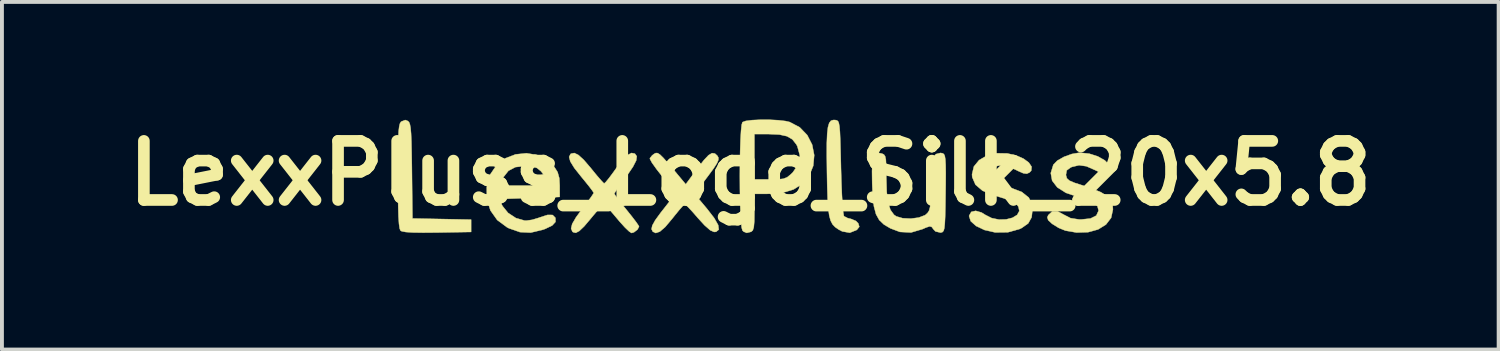
<source format=kicad_pcb>
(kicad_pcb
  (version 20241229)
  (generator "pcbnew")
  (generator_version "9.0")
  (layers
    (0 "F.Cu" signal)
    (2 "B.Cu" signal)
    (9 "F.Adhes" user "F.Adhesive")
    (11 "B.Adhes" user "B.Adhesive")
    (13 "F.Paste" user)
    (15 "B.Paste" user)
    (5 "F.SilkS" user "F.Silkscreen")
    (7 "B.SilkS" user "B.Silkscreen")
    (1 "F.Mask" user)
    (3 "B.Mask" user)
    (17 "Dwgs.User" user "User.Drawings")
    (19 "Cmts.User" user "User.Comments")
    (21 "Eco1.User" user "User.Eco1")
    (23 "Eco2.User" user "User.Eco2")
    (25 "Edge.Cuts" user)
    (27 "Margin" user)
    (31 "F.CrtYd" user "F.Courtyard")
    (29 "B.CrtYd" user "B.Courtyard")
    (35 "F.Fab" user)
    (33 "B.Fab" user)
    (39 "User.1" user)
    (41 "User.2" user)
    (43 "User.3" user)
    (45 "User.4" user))
  (footprint "LexxPluss_Logo_Silk_20x5.8"
    (layer "F.Cu")
    (at 16.3 1.418)
    (property "Reference" "LexxPluss_Logo_Silk_20x5.8" (at 0 0 0) (layer "F.SilkS") (effects (font (size 1.524 1.524) (thickness 0.3))))
    (attr through_hole)
    (fp_poly (pts (xy -8.83 -1.346) (xy -8.801 -1.317) (xy -8.779 -1.263) (xy -8.762 -1.171) (xy -8.749 -1.027) (xy -8.74 -0.819) (xy -8.734 -0.533) (xy -8.728 -0.157) (xy -8.727 -0.062) (xy -8.713 1.166) (xy -7.956 1.181) (xy -7.2 1.196) (xy -7.2 1.514) (xy -8.078 1.529) (xy -8.44 1.532) (xy -8.705 1.528) (xy -8.885 1.516) (xy -8.99 1.496) (xy -9.022 1.478) (xy -9.043 1.425) (xy -9.06 1.306) (xy -9.073 1.115) (xy -9.081 0.841) (xy -9.085 0.478) (xy -9.087 0.076) (xy -9.086 -0.343) (xy -9.083 -0.668) (xy -9.078 -0.912) (xy -9.069 -1.087) (xy -9.055 -1.205) (xy -9.037 -1.279) (xy -9.013 -1.322) (xy -9.002 -1.332) (xy -8.9 -1.373) (xy -8.83 -1.346)) (stroke (width 0.01) (type solid)) (fill yes) (layer "F.SilkS"))
    (fp_poly (pts (xy 2.196 -1.372) (xy 2.233 -1.363) (xy 2.262 -1.342) (xy 2.283 -1.295) (xy 2.299 -1.208) (xy 2.311 -1.069) (xy 2.32 -0.865) (xy 2.328 -0.583) (xy 2.337 -0.209) (xy 2.338 -0.149) (xy 2.349 0.225) (xy 2.362 0.55) (xy 2.378 0.813) (xy 2.395 1) (xy 2.412 1.098) (xy 2.418 1.109) (xy 2.509 1.156) (xy 2.598 1.178) (xy 2.723 1.23) (xy 2.784 1.292) (xy 2.811 1.38) (xy 2.751 1.456) (xy 2.74 1.464) (xy 2.566 1.534) (xy 2.372 1.5) (xy 2.276 1.45) (xy 2.189 1.389) (xy 2.121 1.318) (xy 2.071 1.222) (xy 2.035 1.089) (xy 2.01 0.903) (xy 1.994 0.651) (xy 1.983 0.319) (xy 1.977 -0.036) (xy 1.972 -0.456) (xy 1.973 -0.78) (xy 1.983 -1.021) (xy 2.003 -1.189) (xy 2.035 -1.297) (xy 2.08 -1.355) (xy 2.142 -1.374) (xy 2.196 -1.372)) (stroke (width 0.01) (type solid)) (fill yes) (layer "F.SilkS"))
    (fp_poly (pts (xy -2.389 -0.519) (xy -2.33 -0.482) (xy -2.244 -0.398) (xy -2.12 -0.258) (xy -1.944 -0.051) (xy -1.882 0.024) (xy -1.665 0.284) (xy -1.363 -0.124) (xy -1.2 -0.335) (xy -1.079 -0.464) (xy -0.987 -0.519) (xy -0.912 -0.508) (xy -0.85 -0.452) (xy -0.823 -0.403) (xy -0.824 -0.343) (xy -0.862 -0.255) (xy -0.946 -0.125) (xy -1.083 0.062) (xy -1.207 0.226) (xy -1.44 0.531) (xy -1.117 0.915) (xy -0.93 1.157) (xy -0.828 1.337) (xy -0.813 1.454) (xy -0.883 1.51) (xy -0.934 1.514) (xy -1.034 1.47) (xy -1.182 1.34) (xy -1.35 1.156) (xy -1.489 0.996) (xy -1.604 0.873) (xy -1.677 0.806) (xy -1.69 0.799) (xy -1.737 0.839) (xy -1.831 0.945) (xy -1.955 1.097) (xy -2.014 1.171) (xy -2.193 1.384) (xy -2.333 1.505) (xy -2.44 1.542) (xy -2.515 1.506) (xy -2.547 1.441) (xy -2.528 1.348) (xy -2.453 1.212) (xy -2.313 1.02) (xy -2.231 0.916) (xy -2.083 0.726) (xy -1.995 0.599) (xy -1.959 0.517) (xy -1.964 0.46) (xy -1.983 0.43) (xy -2.229 0.135) (xy -2.414 -0.1) (xy -2.535 -0.269) (xy -2.588 -0.368) (xy -2.59 -0.387) (xy -2.532 -0.46) (xy -2.478 -0.501) (xy -2.434 -0.522) (xy -2.389 -0.519)) (stroke (width 0.01) (type solid)) (fill yes) (layer "F.SilkS"))
    (fp_poly (pts (xy 0.491 -1.38) (xy 0.717 -1.368) (xy 0.909 -1.346) (xy 1.015 -1.321) (xy 1.274 -1.185) (xy 1.469 -0.983) (xy 1.595 -0.736) (xy 1.648 -0.466) (xy 1.623 -0.192) (xy 1.518 0.066) (xy 1.334 0.279) (xy 1.116 0.417) (xy 0.848 0.499) (xy 0.508 0.53) (xy 0.438 0.531) (xy 0.106 0.531) (xy 0.106 1.004) (xy 0.103 1.24) (xy 0.09 1.389) (xy 0.064 1.472) (xy 0.023 1.508) (xy 0.022 1.509) (xy -0.092 1.538) (xy -0.171 1.506) (xy -0.202 1.477) (xy -0.223 1.404) (xy -0.24 1.243) (xy -0.253 1.011) (xy -0.263 0.726) (xy -0.268 0.406) (xy -0.27 0.069) (xy -0.268 -0.267) (xy -0.262 -0.585) (xy -0.252 -0.868) (xy -0.244 -1.01) (xy 0.106 -1.01) (xy 0.106 0.159) (xy 0.51 0.159) (xy 0.719 0.157) (xy 0.854 0.142) (xy 0.95 0.104) (xy 1.038 0.034) (xy 1.095 -0.021) (xy 1.238 -0.229) (xy 1.278 -0.457) (xy 1.214 -0.694) (xy 1.187 -0.744) (xy 1.084 -0.874) (xy 0.945 -0.955) (xy 0.747 -0.998) (xy 0.476 -1.01) (xy 0.106 -1.01) (xy -0.244 -1.01) (xy -0.239 -1.096) (xy -0.222 -1.252) (xy -0.202 -1.318) (xy -0.117 -1.349) (xy 0.045 -1.37) (xy 0.257 -1.38) (xy 0.491 -1.38)) (stroke (width 0.01) (type solid)) (fill yes) (layer "F.SilkS"))
    (fp_poly (pts (xy -5.496 -0.471) (xy -5.246 -0.35) (xy -5.061 -0.173) (xy -4.97 -0.029) (xy -4.927 0.124) (xy -4.916 0.313) (xy -4.915 0.611) (xy -5.699 0.638) (xy -6.483 0.664) (xy -6.39 0.846) (xy -6.248 1.022) (xy -6.045 1.156) (xy -5.823 1.22) (xy -5.778 1.222) (xy -5.627 1.201) (xy -5.457 1.15) (xy -5.438 1.142) (xy -5.232 1.075) (xy -5.098 1.076) (xy -5.027 1.148) (xy -5.026 1.149) (xy -5.024 1.255) (xy -5.11 1.348) (xy -5.293 1.436) (xy -5.353 1.457) (xy -5.663 1.531) (xy -5.942 1.518) (xy -6.225 1.419) (xy -6.274 1.394) (xy -6.527 1.206) (xy -6.702 0.959) (xy -6.794 0.669) (xy -6.797 0.354) (xy -6.787 0.319) (xy -6.486 0.319) (xy -5.843 0.319) (xy -5.573 0.318) (xy -5.393 0.314) (xy -5.286 0.304) (xy -5.235 0.284) (xy -5.224 0.25) (xy -5.236 0.2) (xy -5.236 0.199) (xy -5.298 0.077) (xy -5.398 -0.051) (xy -5.4 -0.053) (xy -5.501 -0.135) (xy -5.623 -0.175) (xy -5.807 -0.186) (xy -5.814 -0.186) (xy -6.059 -0.158) (xy -6.237 -0.064) (xy -6.378 0.114) (xy -6.41 0.173) (xy -6.486 0.319) (xy -6.787 0.319) (xy -6.705 0.031) (xy -6.698 0.017) (xy -6.538 -0.218) (xy -6.316 -0.387) (xy -6.053 -0.487) (xy -5.773 -0.516) (xy -5.496 -0.471)) (stroke (width 0.01) (type solid)) (fill yes) (layer "F.SilkS"))
    (fp_poly (pts (xy 6.629 -0.511) (xy 6.856 -0.459) (xy 7.046 -0.376) (xy 7.183 -0.275) (xy 7.255 -0.168) (xy 7.246 -0.068) (xy 7.201 -0.02) (xy 7.131 0.012) (xy 7.042 0.001) (xy 6.903 -0.06) (xy 6.846 -0.089) (xy 6.65 -0.176) (xy 6.489 -0.203) (xy 6.392 -0.194) (xy 6.196 -0.135) (xy 6.09 -0.038) (xy 6.079 0.09) (xy 6.081 0.097) (xy 6.11 0.154) (xy 6.169 0.202) (xy 6.275 0.249) (xy 6.448 0.303) (xy 6.705 0.373) (xy 6.715 0.375) (xy 6.997 0.481) (xy 7.182 0.627) (xy 7.271 0.814) (xy 7.28 0.912) (xy 7.255 1.136) (xy 7.167 1.293) (xy 6.998 1.412) (xy 6.944 1.438) (xy 6.644 1.522) (xy 6.315 1.526) (xy 6.041 1.464) (xy 5.822 1.36) (xy 5.685 1.237) (xy 5.642 1.106) (xy 5.644 1.092) (xy 5.699 0.996) (xy 5.813 0.969) (xy 5.964 1.013) (xy 6.06 1.073) (xy 6.226 1.157) (xy 6.413 1.195) (xy 6.598 1.19) (xy 6.762 1.148) (xy 6.882 1.074) (xy 6.938 0.973) (xy 6.915 0.864) (xy 6.869 0.801) (xy 6.793 0.747) (xy 6.667 0.691) (xy 6.471 0.626) (xy 6.267 0.565) (xy 5.988 0.45) (xy 5.807 0.295) (xy 5.723 0.101) (xy 5.718 0.027) (xy 5.766 -0.174) (xy 5.9 -0.338) (xy 6.103 -0.456) (xy 6.356 -0.516) (xy 6.629 -0.511)) (stroke (width 0.01) (type solid)) (fill yes) (layer "F.SilkS"))
    (fp_poly (pts (xy 8.741 -0.505) (xy 8.961 -0.435) (xy 9.143 -0.332) (xy 9.263 -0.211) (xy 9.299 -0.103) (xy 9.262 -0.006) (xy 9.154 0.016) (xy 8.981 -0.038) (xy 8.893 -0.081) (xy 8.665 -0.181) (xy 8.478 -0.207) (xy 8.297 -0.164) (xy 8.263 -0.15) (xy 8.16 -0.074) (xy 8.14 0.041) (xy 8.141 0.05) (xy 8.164 0.131) (xy 8.229 0.19) (xy 8.359 0.246) (xy 8.476 0.283) (xy 8.806 0.392) (xy 9.045 0.491) (xy 9.206 0.592) (xy 9.301 0.702) (xy 9.345 0.833) (xy 9.352 0.935) (xy 9.305 1.15) (xy 9.172 1.323) (xy 8.969 1.449) (xy 8.711 1.52) (xy 8.413 1.529) (xy 8.128 1.48) (xy 7.951 1.408) (xy 7.787 1.306) (xy 7.782 1.303) (xy 7.682 1.209) (xy 7.66 1.137) (xy 7.684 1.08) (xy 7.787 0.983) (xy 7.922 0.982) (xy 8.088 1.07) (xy 8.26 1.158) (xy 8.472 1.191) (xy 8.534 1.192) (xy 8.773 1.167) (xy 8.923 1.092) (xy 8.98 0.969) (xy 8.98 0.954) (xy 8.951 0.843) (xy 8.853 0.753) (xy 8.673 0.674) (xy 8.451 0.612) (xy 8.139 0.505) (xy 7.916 0.363) (xy 7.784 0.191) (xy 7.749 -0.005) (xy 7.815 -0.22) (xy 7.816 -0.221) (xy 7.917 -0.325) (xy 8.087 -0.422) (xy 8.289 -0.496) (xy 8.486 -0.53) (xy 8.507 -0.53) (xy 8.741 -0.505)) (stroke (width 0.01) (type solid)) (fill yes) (layer "F.SilkS"))
    (fp_poly (pts (xy 4.962 -0.514) (xy 4.993 -0.493) (xy 5.016 -0.445) (xy 5.03 -0.358) (xy 5.038 -0.216) (xy 5.041 -0.005) (xy 5.039 0.288) (xy 5.036 0.517) (xy 5.031 0.865) (xy 5.025 1.121) (xy 5.016 1.3) (xy 5.004 1.416) (xy 4.985 1.483) (xy 4.958 1.516) (xy 4.922 1.528) (xy 4.905 1.531) (xy 4.777 1.501) (xy 4.723 1.445) (xy 4.678 1.384) (xy 4.626 1.369) (xy 4.532 1.4) (xy 4.442 1.44) (xy 4.145 1.528) (xy 3.858 1.513) (xy 3.613 1.421) (xy 3.446 1.322) (xy 3.325 1.207) (xy 3.242 1.057) (xy 3.188 0.854) (xy 3.157 0.58) (xy 3.143 0.263) (xy 3.139 -0.057) (xy 3.15 -0.284) (xy 3.179 -0.429) (xy 3.232 -0.505) (xy 3.311 -0.524) (xy 3.398 -0.506) (xy 3.446 -0.483) (xy 3.477 -0.438) (xy 3.496 -0.351) (xy 3.504 -0.203) (xy 3.507 0.027) (xy 3.507 0.112) (xy 3.518 0.478) (xy 3.552 0.752) (xy 3.614 0.945) (xy 3.705 1.07) (xy 3.765 1.112) (xy 3.93 1.16) (xy 4.139 1.17) (xy 4.345 1.143) (xy 4.504 1.082) (xy 4.524 1.068) (xy 4.575 1.02) (xy 4.612 0.96) (xy 4.636 0.869) (xy 4.653 0.728) (xy 4.666 0.516) (xy 4.676 0.263) (xy 4.69 -0.035) (xy 4.706 -0.244) (xy 4.726 -0.379) (xy 4.755 -0.458) (xy 4.788 -0.494) (xy 4.905 -0.524) (xy 4.962 -0.514)) (stroke (width 0.01) (type solid)) (fill yes) (layer "F.SilkS"))
    (fp_poly (pts (xy -2.976 -0.505) (xy -2.928 -0.438) (xy -2.943 -0.329) (xy -3.026 -0.167) (xy -3.179 0.058) (xy -3.215 0.106) (xy -3.343 0.281) (xy -3.443 0.422) (xy -3.499 0.51) (xy -3.507 0.527) (xy -3.476 0.579) (xy -3.391 0.693) (xy -3.268 0.849) (xy -3.188 0.948) (xy -3.05 1.12) (xy -2.942 1.262) (xy -2.879 1.354) (xy -2.869 1.376) (xy -2.911 1.454) (xy -3 1.522) (xy -3.063 1.541) (xy -3.124 1.502) (xy -3.232 1.399) (xy -3.368 1.249) (xy -3.435 1.169) (xy -3.574 1.005) (xy -3.688 0.878) (xy -3.762 0.806) (xy -3.777 0.797) (xy -3.825 0.836) (xy -3.921 0.939) (xy -4.049 1.089) (xy -4.115 1.169) (xy -4.285 1.37) (xy -4.41 1.489) (xy -4.501 1.537) (xy -4.57 1.52) (xy -4.588 1.506) (xy -4.622 1.425) (xy -4.593 1.306) (xy -4.495 1.137) (xy -4.331 0.913) (xy -4.201 0.743) (xy -4.101 0.606) (xy -4.045 0.521) (xy -4.038 0.506) (xy -4.071 0.453) (xy -4.157 0.339) (xy -4.281 0.185) (xy -4.357 0.093) (xy -4.538 -0.135) (xy -4.642 -0.304) (xy -4.673 -0.421) (xy -4.636 -0.496) (xy -4.623 -0.505) (xy -4.538 -0.522) (xy -4.432 -0.47) (xy -4.293 -0.343) (xy -4.113 -0.133) (xy -4.092 -0.107) (xy -3.958 0.057) (xy -3.848 0.184) (xy -3.78 0.255) (xy -3.768 0.263) (xy -3.725 0.224) (xy -3.638 0.117) (xy -3.523 -0.038) (xy -3.475 -0.106) (xy -3.305 -0.332) (xy -3.17 -0.468) (xy -3.063 -0.523) (xy -2.976 -0.505)) (stroke (width 0.01) (type solid)) (fill yes) (layer "F.SilkS")))
  (gr_rect
    (start -3 -3)
    (end 35.599 5.965)
    (stroke (width 0.1) (type default))
    (fill no)
    (layer "Edge.Cuts")))
</source>
